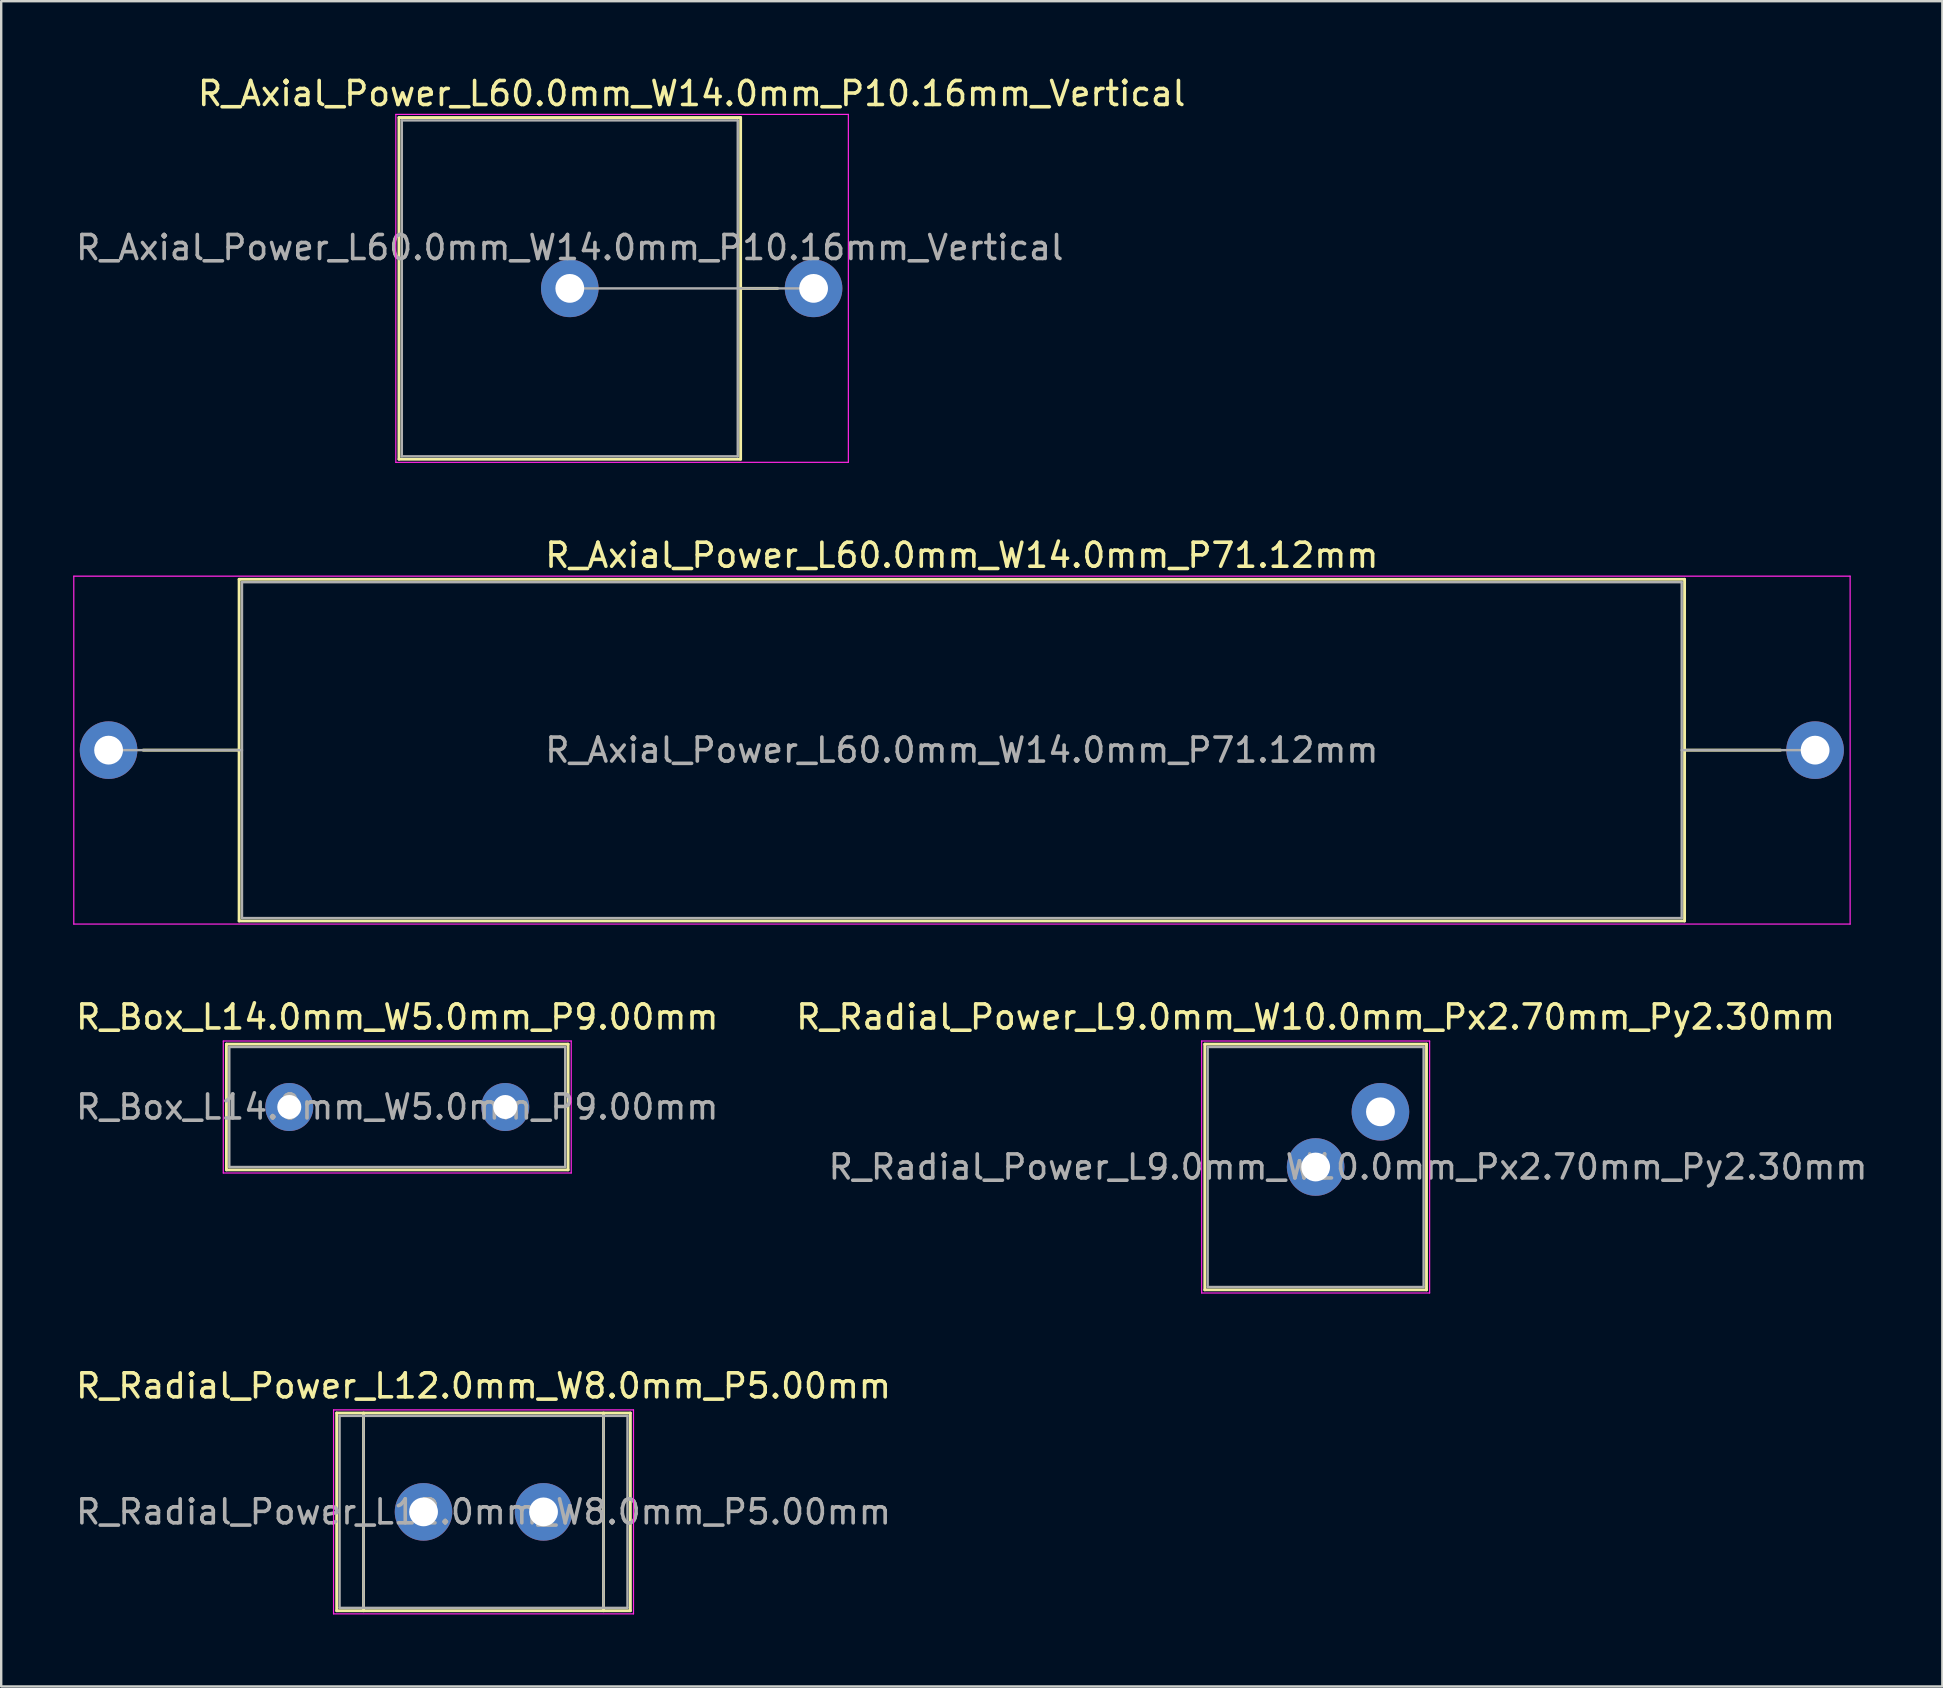
<source format=kicad_pcb>
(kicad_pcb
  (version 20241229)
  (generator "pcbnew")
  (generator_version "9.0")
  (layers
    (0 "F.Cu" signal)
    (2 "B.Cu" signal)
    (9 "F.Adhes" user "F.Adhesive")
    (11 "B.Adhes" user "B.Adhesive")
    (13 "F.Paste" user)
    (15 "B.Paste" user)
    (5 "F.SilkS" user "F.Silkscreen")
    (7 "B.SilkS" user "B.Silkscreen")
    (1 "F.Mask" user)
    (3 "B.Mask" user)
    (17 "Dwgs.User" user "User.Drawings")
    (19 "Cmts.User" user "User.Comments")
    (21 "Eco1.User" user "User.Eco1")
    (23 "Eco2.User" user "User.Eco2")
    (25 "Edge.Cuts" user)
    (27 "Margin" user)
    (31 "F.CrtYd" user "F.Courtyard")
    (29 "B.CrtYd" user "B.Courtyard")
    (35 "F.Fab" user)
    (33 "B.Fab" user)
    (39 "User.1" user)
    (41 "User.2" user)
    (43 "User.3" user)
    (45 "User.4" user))
  (footprint "R_Radial_Power_L9.0mm_W10.0mm_Px2.70mm_Py2.30mm"
    (layer "F.Cu")
    (at 51.78 45.585)
    (property "Reference" "R_Radial_Power_L9.0mm_W10.0mm_Px2.70mm_Py2.30mm" (at 0 -6.25 0) (layer "F.SilkS") (effects (font (size 1 1) (thickness 0.15))))
    (attr through_hole)
    (fp_line (start -4.62 -5.12) (end -4.62 5.12) (stroke (width 0.12) (type solid)) (layer "F.SilkS"))
    (fp_line (start -4.62 -5.12) (end 4.62 -5.12) (stroke (width 0.12) (type solid)) (layer "F.SilkS"))
    (fp_line (start -4.62 5.12) (end 4.62 5.12) (stroke (width 0.12) (type solid)) (layer "F.SilkS"))
    (fp_line (start 4.62 -5.12) (end 4.62 5.12) (stroke (width 0.12) (type solid)) (layer "F.SilkS"))
    (fp_line (start -4.75 -5.25) (end -4.75 5.25) (stroke (width 0.05) (type solid)) (layer "F.CrtYd"))
    (fp_line (start -4.75 5.25) (end 4.75 5.25) (stroke (width 0.05) (type solid)) (layer "F.CrtYd"))
    (fp_line (start 4.75 -5.25) (end -4.75 -5.25) (stroke (width 0.05) (type solid)) (layer "F.CrtYd"))
    (fp_line (start 4.75 5.25) (end 4.75 -5.25) (stroke (width 0.05) (type solid)) (layer "F.CrtYd"))
    (fp_line (start -4.5 -5) (end -4.5 5) (stroke (width 0.1) (type solid)) (layer "F.Fab"))
    (fp_line (start -4.5 5) (end 4.5 5) (stroke (width 0.1) (type solid)) (layer "F.Fab"))
    (fp_line (start 4.5 -5) (end -4.5 -5) (stroke (width 0.1) (type solid)) (layer "F.Fab"))
    (fp_line (start 4.5 5) (end 4.5 -5) (stroke (width 0.1) (type solid)) (layer "F.Fab"))
    (fp_text user "${REFERENCE}" (at 1.35 0 0) (layer "F.Fab") (effects (font (size 1 1) (thickness 0.15))))
    (pad "1" thru_hole circle (at 0 0) (size 2.4 2.4) (drill 1.2) (layers "*.Cu" "*.Mask"))
    (pad "2" thru_hole circle (at 2.7 -2.3) (size 2.4 2.4) (drill 1.2) (layers "*.Cu" "*.Mask")))
  (footprint "R_Radial_Power_L12.0mm_W8.0mm_P5.00mm"
    (layer "F.Cu")
    (at 14.601 59.958)
    (property "Reference" "R_Radial_Power_L12.0mm_W8.0mm_P5.00mm" (at 2.5 -5.25 0) (layer "F.SilkS") (effects (font (size 1 1) (thickness 0.15))))
    (attr through_hole)
    (fp_line (start -3.62 -4.12) (end -3.62 4.12) (stroke (width 0.12) (type solid)) (layer "F.SilkS"))
    (fp_line (start -3.62 -4.12) (end 8.62 -4.12) (stroke (width 0.12) (type solid)) (layer "F.SilkS"))
    (fp_line (start -3.62 4.12) (end 8.62 4.12) (stroke (width 0.12) (type solid)) (layer "F.SilkS"))
    (fp_line (start -2.5 -4.12) (end -2.5 4.12) (stroke (width 0.12) (type solid)) (layer "F.SilkS"))
    (fp_line (start 7.5 -4.12) (end 7.5 4.12) (stroke (width 0.12) (type solid)) (layer "F.SilkS"))
    (fp_line (start 8.62 -4.12) (end 8.62 4.12) (stroke (width 0.12) (type solid)) (layer "F.SilkS"))
    (fp_line (start -3.75 -4.25) (end -3.75 4.25) (stroke (width 0.05) (type solid)) (layer "F.CrtYd"))
    (fp_line (start -3.75 4.25) (end 8.75 4.25) (stroke (width 0.05) (type solid)) (layer "F.CrtYd"))
    (fp_line (start 8.75 -4.25) (end -3.75 -4.25) (stroke (width 0.05) (type solid)) (layer "F.CrtYd"))
    (fp_line (start 8.75 4.25) (end 8.75 -4.25) (stroke (width 0.05) (type solid)) (layer "F.CrtYd"))
    (fp_line (start -3.5 -4) (end -3.5 4) (stroke (width 0.1) (type solid)) (layer "F.Fab"))
    (fp_line (start -3.5 4) (end 8.5 4) (stroke (width 0.1) (type solid)) (layer "F.Fab"))
    (fp_line (start -2.5 -4) (end -2.5 4) (stroke (width 0.1) (type solid)) (layer "F.Fab"))
    (fp_line (start 7.5 -4) (end 7.5 4) (stroke (width 0.1) (type solid)) (layer "F.Fab"))
    (fp_line (start 8.5 -4) (end -3.5 -4) (stroke (width 0.1) (type solid)) (layer "F.Fab"))
    (fp_line (start 8.5 4) (end 8.5 -4) (stroke (width 0.1) (type solid)) (layer "F.Fab"))
    (fp_text user "${REFERENCE}" (at 2.5 0 0) (layer "F.Fab") (effects (font (size 1 1) (thickness 0.15))))
    (pad "1" thru_hole circle (at 0 0) (size 2.4 2.4) (drill 1.2) (layers "*.Cu" "*.Mask"))
    (pad "2" thru_hole circle (at 5 0) (size 2.4 2.4) (drill 1.2) (layers "*.Cu" "*.Mask")))
  (footprint "R_Box_L14.0mm_W5.0mm_P9.00mm"
    (layer "F.Cu")
    (at 9.006 43.085)
    (property "Reference" "R_Box_L14.0mm_W5.0mm_P9.00mm" (at 4.5 -3.75 0) (layer "F.SilkS") (effects (font (size 1 1) (thickness 0.15))))
    (attr through_hole)
    (fp_line (start -2.62 -2.62) (end -2.62 2.62) (stroke (width 0.12) (type solid)) (layer "F.SilkS"))
    (fp_line (start -2.62 -2.62) (end 11.62 -2.62) (stroke (width 0.12) (type solid)) (layer "F.SilkS"))
    (fp_line (start -2.62 2.62) (end 11.62 2.62) (stroke (width 0.12) (type solid)) (layer "F.SilkS"))
    (fp_line (start 11.62 -2.62) (end 11.62 2.62) (stroke (width 0.12) (type solid)) (layer "F.SilkS"))
    (fp_line (start -2.75 -2.75) (end -2.75 2.75) (stroke (width 0.05) (type solid)) (layer "F.CrtYd"))
    (fp_line (start -2.75 2.75) (end 11.75 2.75) (stroke (width 0.05) (type solid)) (layer "F.CrtYd"))
    (fp_line (start 11.75 -2.75) (end -2.75 -2.75) (stroke (width 0.05) (type solid)) (layer "F.CrtYd"))
    (fp_line (start 11.75 2.75) (end 11.75 -2.75) (stroke (width 0.05) (type solid)) (layer "F.CrtYd"))
    (fp_line (start -2.5 -2.5) (end -2.5 2.5) (stroke (width 0.1) (type solid)) (layer "F.Fab"))
    (fp_line (start -2.5 2.5) (end 11.5 2.5) (stroke (width 0.1) (type solid)) (layer "F.Fab"))
    (fp_line (start 11.5 -2.5) (end -2.5 -2.5) (stroke (width 0.1) (type solid)) (layer "F.Fab"))
    (fp_line (start 11.5 2.5) (end 11.5 -2.5) (stroke (width 0.1) (type solid)) (layer "F.Fab"))
    (fp_text user "${REFERENCE}" (at 4.5 0 0) (layer "F.Fab") (effects (font (size 1 1) (thickness 0.15))))
    (pad "1" thru_hole circle (at 0 0) (size 2 2) (drill 1) (layers "*.Cu" "*.Mask"))
    (pad "2" thru_hole circle (at 9 0) (size 2 2) (drill 1) (layers "*.Cu" "*.Mask")))
  (footprint "R_Axial_Power_L60.0mm_W14.0mm_P71.12mm"
    (layer "F.Cu")
    (at 1.475 28.212)
    (property "Reference" "R_Axial_Power_L60.0mm_W14.0mm_P71.12mm" (at 35.56 -8.12 0) (layer "F.SilkS") (effects (font (size 1 1) (thickness 0.15))))
    (attr through_hole)
    (fp_line (start 1.44 0) (end 5.44 0) (stroke (width 0.12) (type solid)) (layer "F.SilkS"))
    (fp_line (start 5.44 -7.12) (end 5.44 7.12) (stroke (width 0.12) (type solid)) (layer "F.SilkS"))
    (fp_line (start 5.44 7.12) (end 65.68 7.12) (stroke (width 0.12) (type solid)) (layer "F.SilkS"))
    (fp_line (start 65.68 -7.12) (end 5.44 -7.12) (stroke (width 0.12) (type solid)) (layer "F.SilkS"))
    (fp_line (start 65.68 7.12) (end 65.68 -7.12) (stroke (width 0.12) (type solid)) (layer "F.SilkS"))
    (fp_line (start 69.68 0) (end 65.68 0) (stroke (width 0.12) (type solid)) (layer "F.SilkS"))
    (fp_line (start -1.45 -7.25) (end -1.45 7.25) (stroke (width 0.05) (type solid)) (layer "F.CrtYd"))
    (fp_line (start -1.45 7.25) (end 72.58 7.25) (stroke (width 0.05) (type solid)) (layer "F.CrtYd"))
    (fp_line (start 72.58 -7.25) (end -1.45 -7.25) (stroke (width 0.05) (type solid)) (layer "F.CrtYd"))
    (fp_line (start 72.58 7.25) (end 72.58 -7.25) (stroke (width 0.05) (type solid)) (layer "F.CrtYd"))
    (fp_line (start 0 0) (end 5.56 0) (stroke (width 0.1) (type solid)) (layer "F.Fab"))
    (fp_line (start 5.56 -7) (end 5.56 7) (stroke (width 0.1) (type solid)) (layer "F.Fab"))
    (fp_line (start 5.56 7) (end 65.56 7) (stroke (width 0.1) (type solid)) (layer "F.Fab"))
    (fp_line (start 65.56 -7) (end 5.56 -7) (stroke (width 0.1) (type solid)) (layer "F.Fab"))
    (fp_line (start 65.56 7) (end 65.56 -7) (stroke (width 0.1) (type solid)) (layer "F.Fab"))
    (fp_line (start 71.12 0) (end 65.56 0) (stroke (width 0.1) (type solid)) (layer "F.Fab"))
    (fp_text user "${REFERENCE}" (at 35.56 0 0) (layer "F.Fab") (effects (font (size 1 1) (thickness 0.15))))
    (pad "1" thru_hole circle (at 0 0) (size 2.4 2.4) (drill 1.2) (layers "*.Cu" "*.Mask"))
    (pad "2" thru_hole oval (at 71.12 0) (size 2.4 2.4) (drill 1.2) (layers "*.Cu" "*.Mask")))
  (footprint "R_Axial_Power_L60.0mm_W14.0mm_P10.16mm_Vertical"
    (layer "F.Cu")
    (at 20.696 8.968)
    (property "Reference" "R_Axial_Power_L60.0mm_W14.0mm_P10.16mm_Vertical" (at 5.08 -8.12 0) (layer "F.SilkS") (effects (font (size 1 1) (thickness 0.15))))
    (attr through_hole)
    (fp_line (start -7.12 -7.12) (end -7.12 7.12) (stroke (width 0.12) (type solid)) (layer "F.SilkS"))
    (fp_line (start -7.12 7.12) (end 7.12 7.12) (stroke (width 0.12) (type solid)) (layer "F.SilkS"))
    (fp_line (start 7.12 -7.12) (end -7.12 -7.12) (stroke (width 0.12) (type solid)) (layer "F.SilkS"))
    (fp_line (start 7.12 0) (end 8.66 0) (stroke (width 0.12) (type solid)) (layer "F.SilkS"))
    (fp_line (start 7.12 7.12) (end 7.12 -7.12) (stroke (width 0.12) (type solid)) (layer "F.SilkS"))
    (fp_line (start -7.25 -7.25) (end -7.25 7.25) (stroke (width 0.05) (type solid)) (layer "F.CrtYd"))
    (fp_line (start -7.25 7.25) (end 11.61 7.25) (stroke (width 0.05) (type solid)) (layer "F.CrtYd"))
    (fp_line (start 11.61 -7.25) (end -7.25 -7.25) (stroke (width 0.05) (type solid)) (layer "F.CrtYd"))
    (fp_line (start 11.61 7.25) (end 11.61 -7.25) (stroke (width 0.05) (type solid)) (layer "F.CrtYd"))
    (fp_line (start -7 -7) (end -7 7) (stroke (width 0.1) (type solid)) (layer "F.Fab"))
    (fp_line (start -7 7) (end 7 7) (stroke (width 0.1) (type solid)) (layer "F.Fab"))
    (fp_line (start 0 0) (end 10.16 0) (stroke (width 0.1) (type solid)) (layer "F.Fab"))
    (fp_line (start 7 -7) (end -7 -7) (stroke (width 0.1) (type solid)) (layer "F.Fab"))
    (fp_line (start 7 7) (end 7 -7) (stroke (width 0.1) (type solid)) (layer "F.Fab"))
    (fp_text user "${REFERENCE}" (at 0 -1.7 0) (layer "F.Fab") (effects (font (size 1 1) (thickness 0.15))))
    (pad "1" thru_hole circle (at 0 0) (size 2.4 2.4) (drill 1.2) (layers "*.Cu" "*.Mask"))
    (pad "2" thru_hole oval (at 10.16 0) (size 2.4 2.4) (drill 1.2) (layers "*.Cu" "*.Mask")))
  (gr_rect
    (start -3 -3)
    (end 77.898 67.233)
    (stroke (width 0.1) (type default))
    (fill no)
    (layer "Edge.Cuts")))
</source>
